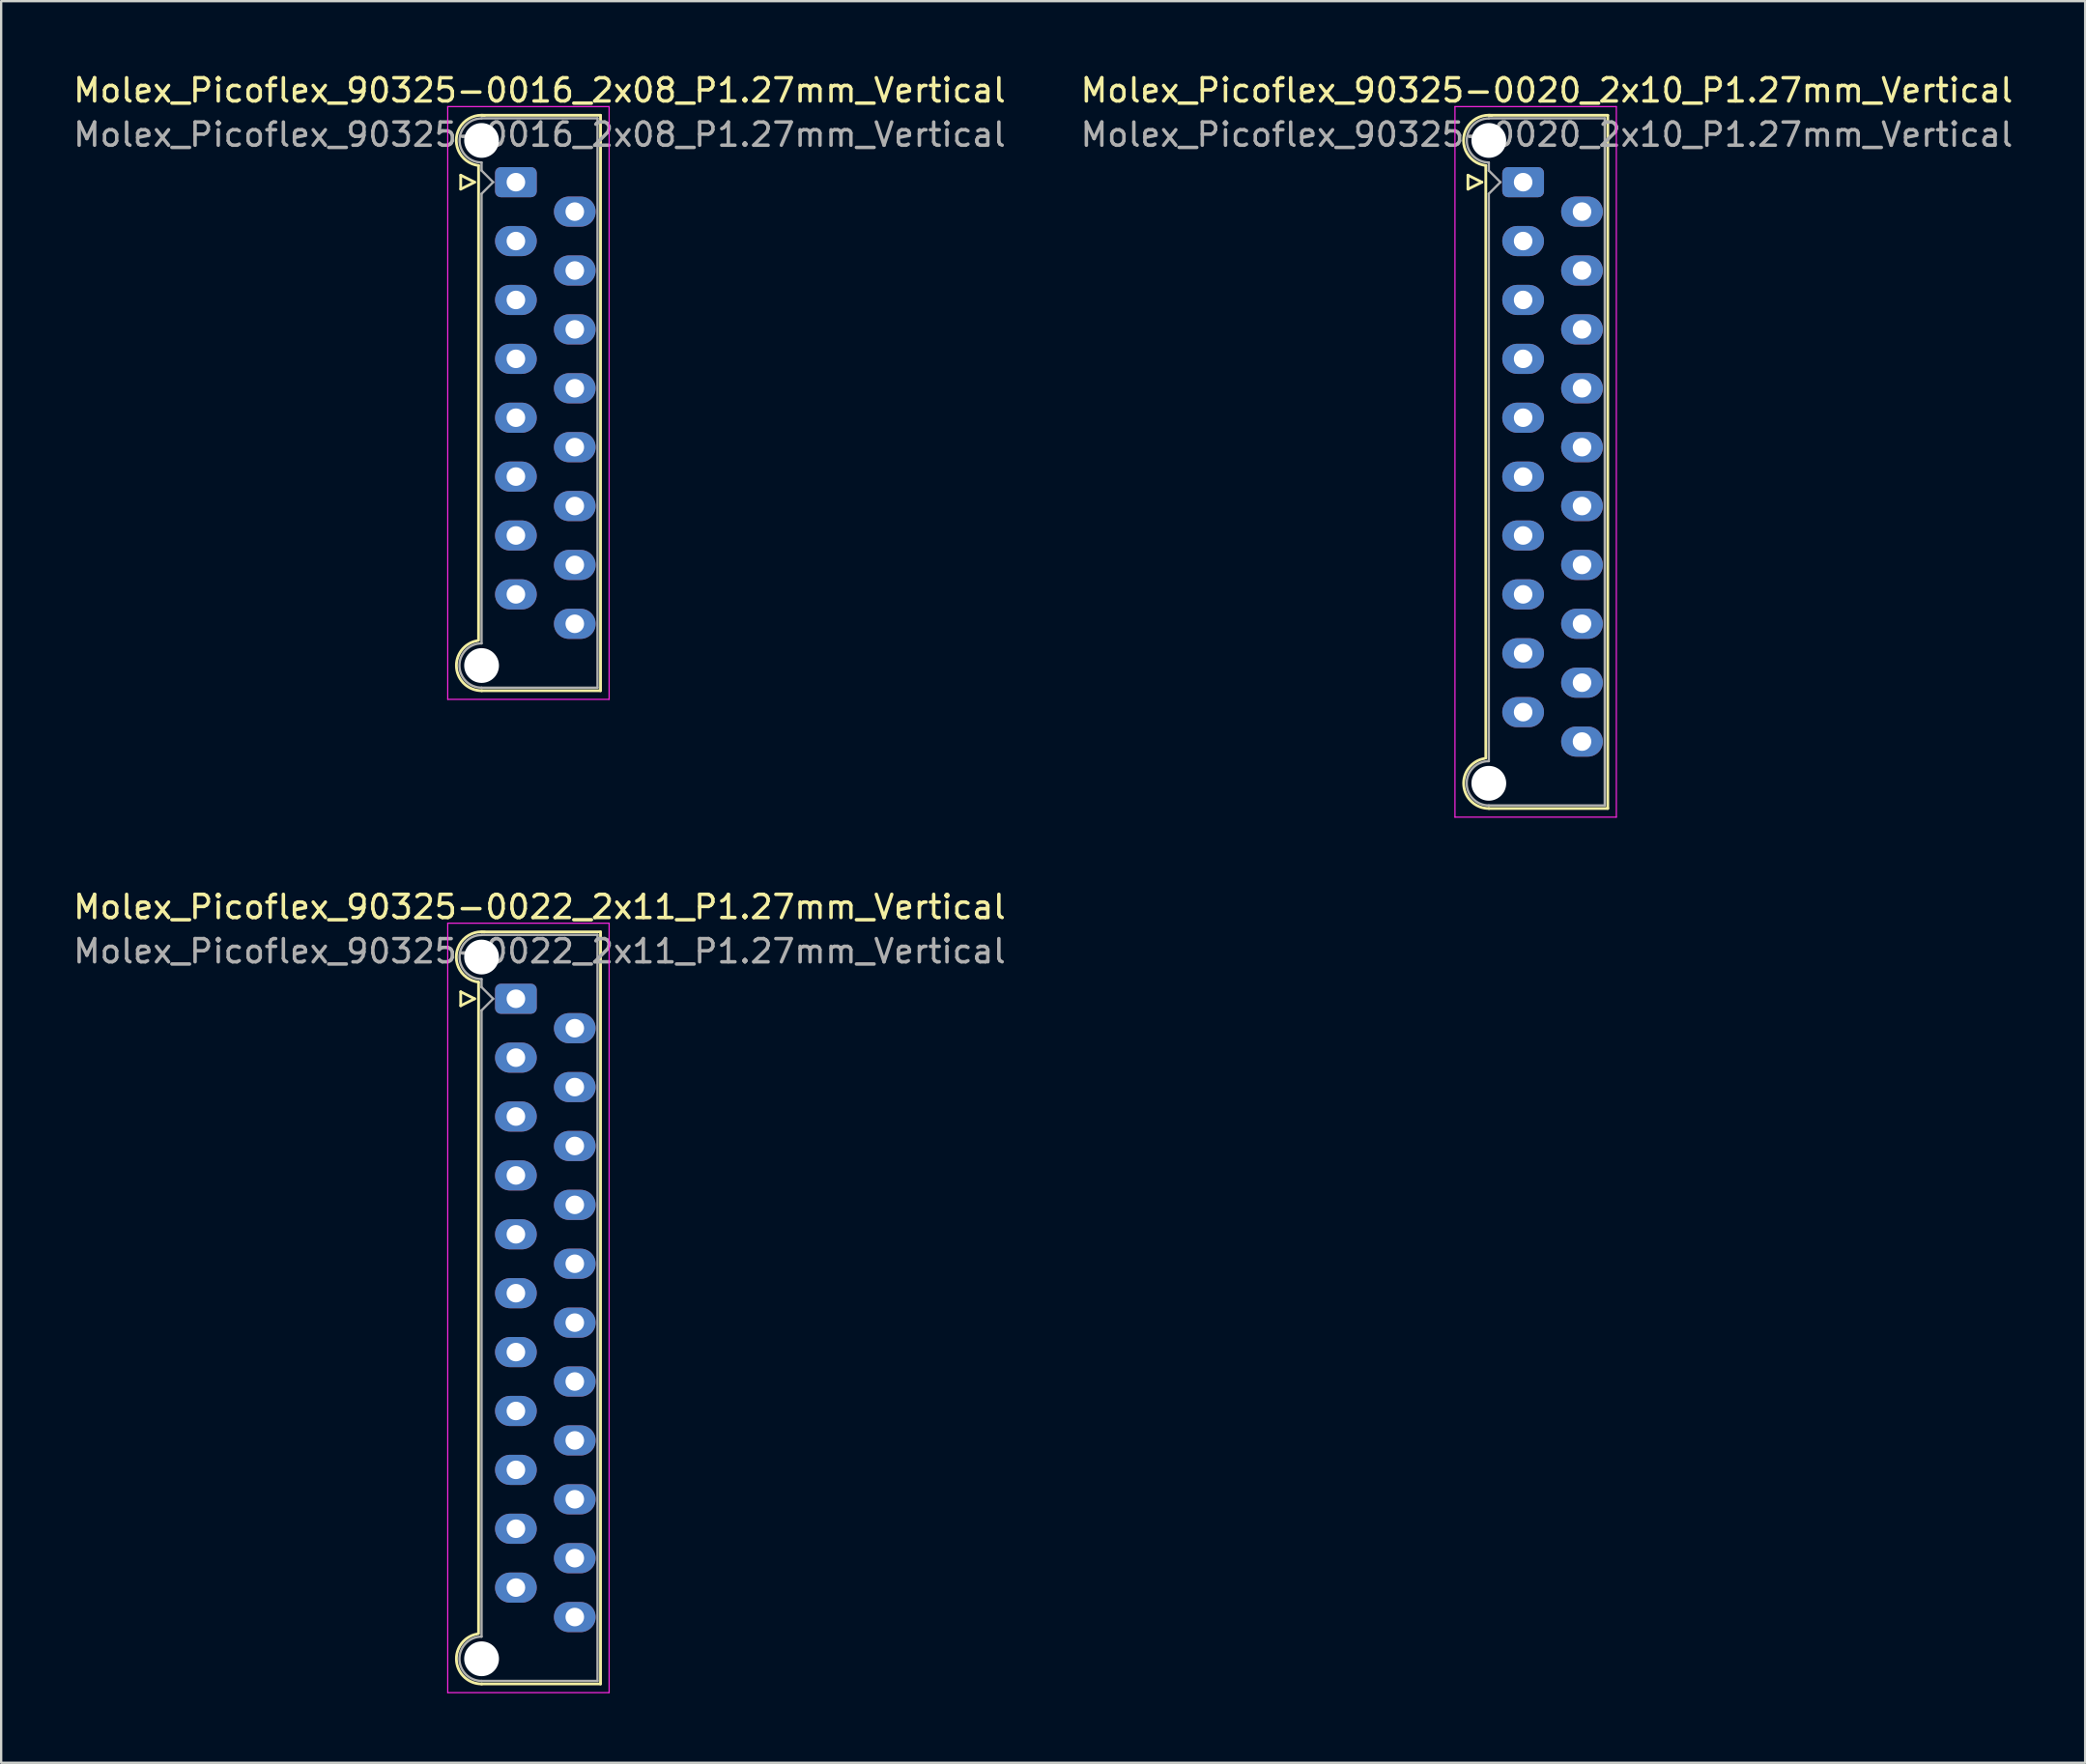
<source format=kicad_pcb>
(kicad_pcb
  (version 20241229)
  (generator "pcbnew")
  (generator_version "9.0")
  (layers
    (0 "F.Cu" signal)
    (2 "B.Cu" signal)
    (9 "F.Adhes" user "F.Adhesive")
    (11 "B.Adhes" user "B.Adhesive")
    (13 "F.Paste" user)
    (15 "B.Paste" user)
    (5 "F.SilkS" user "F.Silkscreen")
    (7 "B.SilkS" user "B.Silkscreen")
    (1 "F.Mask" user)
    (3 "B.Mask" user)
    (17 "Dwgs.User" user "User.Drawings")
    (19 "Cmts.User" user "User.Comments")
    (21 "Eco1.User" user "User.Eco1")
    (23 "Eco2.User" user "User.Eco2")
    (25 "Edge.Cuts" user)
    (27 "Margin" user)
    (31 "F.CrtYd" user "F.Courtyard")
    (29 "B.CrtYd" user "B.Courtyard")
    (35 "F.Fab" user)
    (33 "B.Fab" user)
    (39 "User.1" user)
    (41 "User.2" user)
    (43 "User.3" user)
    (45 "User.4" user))
  (footprint "Molex_Picoflex_90325-0022_2x11_P1.27mm_Vertical"
    (layer "F.Cu")
    (at 19.2 40.032)
    (property "Reference" "Molex_Picoflex_90325-0022_2x11_P1.27mm_Vertical" (at 1.02 -3.96 0) (layer "F.SilkS") (effects (font (size 1 1) (thickness 0.15))))
    (attr through_hole)
    (fp_line (start -2.38 -0.3) (end -2.38 0.3) (stroke (width 0.12) (type solid)) (layer "F.SilkS"))
    (fp_line (start -2.38 0.3) (end -1.78 0) (stroke (width 0.12) (type solid)) (layer "F.SilkS"))
    (fp_line (start -1.78 0) (end -2.38 -0.3) (stroke (width 0.12) (type solid)) (layer "F.SilkS"))
    (fp_line (start -1.61 -0.715) (end -1.61 27.385) (stroke (width 0.12) (type solid)) (layer "F.SilkS"))
    (fp_line (start -1.48 -2.885) (end 3.65 -2.885) (stroke (width 0.12) (type solid)) (layer "F.SilkS"))
    (fp_line (start 3.65 -2.885) (end 3.65 29.555) (stroke (width 0.12) (type solid)) (layer "F.SilkS"))
    (fp_line (start 3.65 29.555) (end -1.48 29.555) (stroke (width 0.12) (type solid)) (layer "F.SilkS"))
    (fp_arc (start -1.61 -0.72) (mid -2.56 -1.93) (end -1.35 -2.88) (stroke (width 0.12) (type solid)) (layer "F.SilkS"))
    (fp_arc (start -1.47 29.555) (mid -2.56 28.574526) (end -1.678256 27.40322) (stroke (width 0.12) (type solid)) (layer "F.SilkS"))
    (fp_line (start -2.94 -3.26) (end -2.94 29.93) (stroke (width 0.05) (type solid)) (layer "F.CrtYd"))
    (fp_line (start -2.94 29.93) (end 4.02 29.93) (stroke (width 0.05) (type solid)) (layer "F.CrtYd"))
    (fp_line (start 4.02 -3.26) (end -2.94 -3.26) (stroke (width 0.05) (type solid)) (layer "F.CrtYd"))
    (fp_line (start 4.02 29.93) (end 4.02 -3.26) (stroke (width 0.05) (type solid)) (layer "F.CrtYd"))
    (fp_line (start -1.48 -2.755) (end 3.52 -2.755) (stroke (width 0.1) (type solid)) (layer "F.Fab"))
    (fp_line (start -1.48 -0.845) (end -1.48 -0.5) (stroke (width 0.1) (type solid)) (layer "F.Fab"))
    (fp_line (start -1.48 -0.5) (end -0.98 0) (stroke (width 0.1) (type solid)) (layer "F.Fab"))
    (fp_line (start -1.48 0.5) (end -1.48 27.515) (stroke (width 0.1) (type solid)) (layer "F.Fab"))
    (fp_line (start -0.98 0) (end -1.48 0.5) (stroke (width 0.1) (type solid)) (layer "F.Fab"))
    (fp_line (start 3.52 -2.755) (end 3.52 29.425) (stroke (width 0.1) (type solid)) (layer "F.Fab"))
    (fp_line (start 3.52 29.425) (end -1.48 29.425) (stroke (width 0.1) (type solid)) (layer "F.Fab"))
    (fp_arc (start -1.48 -0.85) (mid -2.43 -1.8) (end -1.48 -2.75) (stroke (width 0.1) (type solid)) (layer "F.Fab"))
    (fp_arc (start -1.48 29.425) (mid -2.435 28.47) (end -1.48 27.515) (stroke (width 0.1) (type solid)) (layer "F.Fab"))
    (fp_text user "${REFERENCE}" (at 1.02 -2.05 0) (layer "F.Fab") (effects (font (size 1 1) (thickness 0.15))))
    (pad "" np_thru_hole circle (at -1.48 -1.8) (size 1.5 1.5) (drill 1.5) (layers "*.Cu" "*.Mask"))
    (pad "" np_thru_hole circle (at -1.48 28.47) (size 1.5 1.5) (drill 1.5) (layers "*.Cu" "*.Mask"))
    (pad "1" thru_hole roundrect (at 0 0) (size 1.8 1.3) (drill 0.8) (layers "*.Cu" "*.Mask") (roundrect_rratio 0.192))
    (pad "2" thru_hole oval (at 2.54 1.27) (size 1.8 1.3) (drill 0.8) (layers "*.Cu" "*.Mask"))
    (pad "3" thru_hole oval (at 0 2.54) (size 1.8 1.3) (drill 0.8) (layers "*.Cu" "*.Mask"))
    (pad "4" thru_hole oval (at 2.54 3.81) (size 1.8 1.3) (drill 0.8) (layers "*.Cu" "*.Mask"))
    (pad "5" thru_hole oval (at 0 5.08) (size 1.8 1.3) (drill 0.8) (layers "*.Cu" "*.Mask"))
    (pad "6" thru_hole oval (at 2.54 6.35) (size 1.8 1.3) (drill 0.8) (layers "*.Cu" "*.Mask"))
    (pad "7" thru_hole oval (at 0 7.62) (size 1.8 1.3) (drill 0.8) (layers "*.Cu" "*.Mask"))
    (pad "8" thru_hole oval (at 2.54 8.89) (size 1.8 1.3) (drill 0.8) (layers "*.Cu" "*.Mask"))
    (pad "9" thru_hole oval (at 0 10.16) (size 1.8 1.3) (drill 0.8) (layers "*.Cu" "*.Mask"))
    (pad "10" thru_hole oval (at 2.54 11.43) (size 1.8 1.3) (drill 0.8) (layers "*.Cu" "*.Mask"))
    (pad "11" thru_hole oval (at 0 12.7) (size 1.8 1.3) (drill 0.8) (layers "*.Cu" "*.Mask"))
    (pad "12" thru_hole oval (at 2.54 13.97) (size 1.8 1.3) (drill 0.8) (layers "*.Cu" "*.Mask"))
    (pad "13" thru_hole oval (at 0 15.24) (size 1.8 1.3) (drill 0.8) (layers "*.Cu" "*.Mask"))
    (pad "14" thru_hole oval (at 2.54 16.51) (size 1.8 1.3) (drill 0.8) (layers "*.Cu" "*.Mask"))
    (pad "15" thru_hole oval (at 0 17.78) (size 1.8 1.3) (drill 0.8) (layers "*.Cu" "*.Mask"))
    (pad "16" thru_hole oval (at 2.54 19.05) (size 1.8 1.3) (drill 0.8) (layers "*.Cu" "*.Mask"))
    (pad "17" thru_hole oval (at 0 20.32) (size 1.8 1.3) (drill 0.8) (layers "*.Cu" "*.Mask"))
    (pad "18" thru_hole oval (at 2.54 21.59) (size 1.8 1.3) (drill 0.8) (layers "*.Cu" "*.Mask"))
    (pad "19" thru_hole oval (at 0 22.86) (size 1.8 1.3) (drill 0.8) (layers "*.Cu" "*.Mask"))
    (pad "20" thru_hole oval (at 2.54 24.13) (size 1.8 1.3) (drill 0.8) (layers "*.Cu" "*.Mask"))
    (pad "21" thru_hole oval (at 0 25.4) (size 1.8 1.3) (drill 0.8) (layers "*.Cu" "*.Mask"))
    (pad "22" thru_hole oval (at 2.54 26.67) (size 1.8 1.3) (drill 0.8) (layers "*.Cu" "*.Mask")))
  (footprint "Molex_Picoflex_90325-0020_2x10_P1.27mm_Vertical"
    (layer "F.Cu")
    (at 62.641 4.808)
    (property "Reference" "Molex_Picoflex_90325-0020_2x10_P1.27mm_Vertical" (at 1.02 -3.96 0) (layer "F.SilkS") (effects (font (size 1 1) (thickness 0.15))))
    (attr through_hole)
    (fp_line (start -2.38 -0.3) (end -2.38 0.3) (stroke (width 0.12) (type solid)) (layer "F.SilkS"))
    (fp_line (start -2.38 0.3) (end -1.78 0) (stroke (width 0.12) (type solid)) (layer "F.SilkS"))
    (fp_line (start -1.78 0) (end -2.38 -0.3) (stroke (width 0.12) (type solid)) (layer "F.SilkS"))
    (fp_line (start -1.61 -0.715) (end -1.61 24.845) (stroke (width 0.12) (type solid)) (layer "F.SilkS"))
    (fp_line (start -1.48 -2.885) (end 3.65 -2.885) (stroke (width 0.12) (type solid)) (layer "F.SilkS"))
    (fp_line (start 3.65 -2.885) (end 3.65 27.015) (stroke (width 0.12) (type solid)) (layer "F.SilkS"))
    (fp_line (start 3.65 27.015) (end -1.48 27.015) (stroke (width 0.12) (type solid)) (layer "F.SilkS"))
    (fp_arc (start -1.61 -0.72) (mid -2.56 -1.93) (end -1.35 -2.88) (stroke (width 0.12) (type solid)) (layer "F.SilkS"))
    (fp_arc (start -1.47 27.015) (mid -2.56 26.034526) (end -1.678256 24.86322) (stroke (width 0.12) (type solid)) (layer "F.SilkS"))
    (fp_line (start -2.94 -3.26) (end -2.94 27.39) (stroke (width 0.05) (type solid)) (layer "F.CrtYd"))
    (fp_line (start -2.94 27.39) (end 4.02 27.39) (stroke (width 0.05) (type solid)) (layer "F.CrtYd"))
    (fp_line (start 4.02 -3.26) (end -2.94 -3.26) (stroke (width 0.05) (type solid)) (layer "F.CrtYd"))
    (fp_line (start 4.02 27.39) (end 4.02 -3.26) (stroke (width 0.05) (type solid)) (layer "F.CrtYd"))
    (fp_line (start -1.48 -2.755) (end 3.52 -2.755) (stroke (width 0.1) (type solid)) (layer "F.Fab"))
    (fp_line (start -1.48 -0.845) (end -1.48 -0.5) (stroke (width 0.1) (type solid)) (layer "F.Fab"))
    (fp_line (start -1.48 -0.5) (end -0.98 0) (stroke (width 0.1) (type solid)) (layer "F.Fab"))
    (fp_line (start -1.48 0.5) (end -1.48 24.975) (stroke (width 0.1) (type solid)) (layer "F.Fab"))
    (fp_line (start -0.98 0) (end -1.48 0.5) (stroke (width 0.1) (type solid)) (layer "F.Fab"))
    (fp_line (start 3.52 -2.755) (end 3.52 26.885) (stroke (width 0.1) (type solid)) (layer "F.Fab"))
    (fp_line (start 3.52 26.885) (end -1.48 26.885) (stroke (width 0.1) (type solid)) (layer "F.Fab"))
    (fp_arc (start -1.48 -0.85) (mid -2.43 -1.8) (end -1.48 -2.75) (stroke (width 0.1) (type solid)) (layer "F.Fab"))
    (fp_arc (start -1.48 26.885) (mid -2.435 25.93) (end -1.48 24.975) (stroke (width 0.1) (type solid)) (layer "F.Fab"))
    (fp_text user "${REFERENCE}" (at 1.02 -2.05 0) (layer "F.Fab") (effects (font (size 1 1) (thickness 0.15))))
    (pad "" np_thru_hole circle (at -1.48 -1.8) (size 1.5 1.5) (drill 1.5) (layers "*.Cu" "*.Mask"))
    (pad "" np_thru_hole circle (at -1.48 25.93) (size 1.5 1.5) (drill 1.5) (layers "*.Cu" "*.Mask"))
    (pad "1" thru_hole roundrect (at 0 0) (size 1.8 1.3) (drill 0.8) (layers "*.Cu" "*.Mask") (roundrect_rratio 0.192))
    (pad "2" thru_hole oval (at 2.54 1.27) (size 1.8 1.3) (drill 0.8) (layers "*.Cu" "*.Mask"))
    (pad "3" thru_hole oval (at 0 2.54) (size 1.8 1.3) (drill 0.8) (layers "*.Cu" "*.Mask"))
    (pad "4" thru_hole oval (at 2.54 3.81) (size 1.8 1.3) (drill 0.8) (layers "*.Cu" "*.Mask"))
    (pad "5" thru_hole oval (at 0 5.08) (size 1.8 1.3) (drill 0.8) (layers "*.Cu" "*.Mask"))
    (pad "6" thru_hole oval (at 2.54 6.35) (size 1.8 1.3) (drill 0.8) (layers "*.Cu" "*.Mask"))
    (pad "7" thru_hole oval (at 0 7.62) (size 1.8 1.3) (drill 0.8) (layers "*.Cu" "*.Mask"))
    (pad "8" thru_hole oval (at 2.54 8.89) (size 1.8 1.3) (drill 0.8) (layers "*.Cu" "*.Mask"))
    (pad "9" thru_hole oval (at 0 10.16) (size 1.8 1.3) (drill 0.8) (layers "*.Cu" "*.Mask"))
    (pad "10" thru_hole oval (at 2.54 11.43) (size 1.8 1.3) (drill 0.8) (layers "*.Cu" "*.Mask"))
    (pad "11" thru_hole oval (at 0 12.7) (size 1.8 1.3) (drill 0.8) (layers "*.Cu" "*.Mask"))
    (pad "12" thru_hole oval (at 2.54 13.97) (size 1.8 1.3) (drill 0.8) (layers "*.Cu" "*.Mask"))
    (pad "13" thru_hole oval (at 0 15.24) (size 1.8 1.3) (drill 0.8) (layers "*.Cu" "*.Mask"))
    (pad "14" thru_hole oval (at 2.54 16.51) (size 1.8 1.3) (drill 0.8) (layers "*.Cu" "*.Mask"))
    (pad "15" thru_hole oval (at 0 17.78) (size 1.8 1.3) (drill 0.8) (layers "*.Cu" "*.Mask"))
    (pad "16" thru_hole oval (at 2.54 19.05) (size 1.8 1.3) (drill 0.8) (layers "*.Cu" "*.Mask"))
    (pad "17" thru_hole oval (at 0 20.32) (size 1.8 1.3) (drill 0.8) (layers "*.Cu" "*.Mask"))
    (pad "18" thru_hole oval (at 2.54 21.59) (size 1.8 1.3) (drill 0.8) (layers "*.Cu" "*.Mask"))
    (pad "19" thru_hole oval (at 0 22.86) (size 1.8 1.3) (drill 0.8) (layers "*.Cu" "*.Mask"))
    (pad "20" thru_hole oval (at 2.54 24.13) (size 1.8 1.3) (drill 0.8) (layers "*.Cu" "*.Mask")))
  (footprint "Molex_Picoflex_90325-0016_2x08_P1.27mm_Vertical"
    (layer "F.Cu")
    (at 19.2 4.808)
    (property "Reference" "Molex_Picoflex_90325-0016_2x08_P1.27mm_Vertical" (at 1.02 -3.96 0) (layer "F.SilkS") (effects (font (size 1 1) (thickness 0.15))))
    (attr through_hole)
    (fp_line (start -2.38 -0.3) (end -2.38 0.3) (stroke (width 0.12) (type solid)) (layer "F.SilkS"))
    (fp_line (start -2.38 0.3) (end -1.78 0) (stroke (width 0.12) (type solid)) (layer "F.SilkS"))
    (fp_line (start -1.78 0) (end -2.38 -0.3) (stroke (width 0.12) (type solid)) (layer "F.SilkS"))
    (fp_line (start -1.61 -0.715) (end -1.61 19.765) (stroke (width 0.12) (type solid)) (layer "F.SilkS"))
    (fp_line (start -1.48 -2.885) (end 3.65 -2.885) (stroke (width 0.12) (type solid)) (layer "F.SilkS"))
    (fp_line (start 3.65 -2.885) (end 3.65 21.935) (stroke (width 0.12) (type solid)) (layer "F.SilkS"))
    (fp_line (start 3.65 21.935) (end -1.48 21.935) (stroke (width 0.12) (type solid)) (layer "F.SilkS"))
    (fp_arc (start -1.61 -0.72) (mid -2.56 -1.93) (end -1.35 -2.88) (stroke (width 0.12) (type solid)) (layer "F.SilkS"))
    (fp_arc (start -1.47 21.935) (mid -2.56 20.954526) (end -1.678256 19.78322) (stroke (width 0.12) (type solid)) (layer "F.SilkS"))
    (fp_line (start -2.94 -3.26) (end -2.94 22.31) (stroke (width 0.05) (type solid)) (layer "F.CrtYd"))
    (fp_line (start -2.94 22.31) (end 4.02 22.31) (stroke (width 0.05) (type solid)) (layer "F.CrtYd"))
    (fp_line (start 4.02 -3.26) (end -2.94 -3.26) (stroke (width 0.05) (type solid)) (layer "F.CrtYd"))
    (fp_line (start 4.02 22.31) (end 4.02 -3.26) (stroke (width 0.05) (type solid)) (layer "F.CrtYd"))
    (fp_line (start -1.48 -2.755) (end 3.52 -2.755) (stroke (width 0.1) (type solid)) (layer "F.Fab"))
    (fp_line (start -1.48 -0.845) (end -1.48 -0.5) (stroke (width 0.1) (type solid)) (layer "F.Fab"))
    (fp_line (start -1.48 -0.5) (end -0.98 0) (stroke (width 0.1) (type solid)) (layer "F.Fab"))
    (fp_line (start -1.48 0.5) (end -1.48 19.895) (stroke (width 0.1) (type solid)) (layer "F.Fab"))
    (fp_line (start -0.98 0) (end -1.48 0.5) (stroke (width 0.1) (type solid)) (layer "F.Fab"))
    (fp_line (start 3.52 -2.755) (end 3.52 21.805) (stroke (width 0.1) (type solid)) (layer "F.Fab"))
    (fp_line (start 3.52 21.805) (end -1.48 21.805) (stroke (width 0.1) (type solid)) (layer "F.Fab"))
    (fp_arc (start -1.48 -0.85) (mid -2.43 -1.8) (end -1.48 -2.75) (stroke (width 0.1) (type solid)) (layer "F.Fab"))
    (fp_arc (start -1.48 21.805) (mid -2.435 20.85) (end -1.48 19.895) (stroke (width 0.1) (type solid)) (layer "F.Fab"))
    (fp_text user "${REFERENCE}" (at 1.02 -2.05 0) (layer "F.Fab") (effects (font (size 1 1) (thickness 0.15))))
    (pad "" np_thru_hole circle (at -1.48 -1.8) (size 1.5 1.5) (drill 1.5) (layers "*.Cu" "*.Mask"))
    (pad "" np_thru_hole circle (at -1.48 20.85) (size 1.5 1.5) (drill 1.5) (layers "*.Cu" "*.Mask"))
    (pad "1" thru_hole roundrect (at 0 0) (size 1.8 1.3) (drill 0.8) (layers "*.Cu" "*.Mask") (roundrect_rratio 0.192))
    (pad "2" thru_hole oval (at 2.54 1.27) (size 1.8 1.3) (drill 0.8) (layers "*.Cu" "*.Mask"))
    (pad "3" thru_hole oval (at 0 2.54) (size 1.8 1.3) (drill 0.8) (layers "*.Cu" "*.Mask"))
    (pad "4" thru_hole oval (at 2.54 3.81) (size 1.8 1.3) (drill 0.8) (layers "*.Cu" "*.Mask"))
    (pad "5" thru_hole oval (at 0 5.08) (size 1.8 1.3) (drill 0.8) (layers "*.Cu" "*.Mask"))
    (pad "6" thru_hole oval (at 2.54 6.35) (size 1.8 1.3) (drill 0.8) (layers "*.Cu" "*.Mask"))
    (pad "7" thru_hole oval (at 0 7.62) (size 1.8 1.3) (drill 0.8) (layers "*.Cu" "*.Mask"))
    (pad "8" thru_hole oval (at 2.54 8.89) (size 1.8 1.3) (drill 0.8) (layers "*.Cu" "*.Mask"))
    (pad "9" thru_hole oval (at 0 10.16) (size 1.8 1.3) (drill 0.8) (layers "*.Cu" "*.Mask"))
    (pad "10" thru_hole oval (at 2.54 11.43) (size 1.8 1.3) (drill 0.8) (layers "*.Cu" "*.Mask"))
    (pad "11" thru_hole oval (at 0 12.7) (size 1.8 1.3) (drill 0.8) (layers "*.Cu" "*.Mask"))
    (pad "12" thru_hole oval (at 2.54 13.97) (size 1.8 1.3) (drill 0.8) (layers "*.Cu" "*.Mask"))
    (pad "13" thru_hole oval (at 0 15.24) (size 1.8 1.3) (drill 0.8) (layers "*.Cu" "*.Mask"))
    (pad "14" thru_hole oval (at 2.54 16.51) (size 1.8 1.3) (drill 0.8) (layers "*.Cu" "*.Mask"))
    (pad "15" thru_hole oval (at 0 17.78) (size 1.8 1.3) (drill 0.8) (layers "*.Cu" "*.Mask"))
    (pad "16" thru_hole oval (at 2.54 19.05) (size 1.8 1.3) (drill 0.8) (layers "*.Cu" "*.Mask")))
  (gr_rect
    (start -3 -3)
    (end 86.881 72.987)
    (stroke (width 0.1) (type default))
    (fill no)
    (layer "Edge.Cuts")))
</source>
